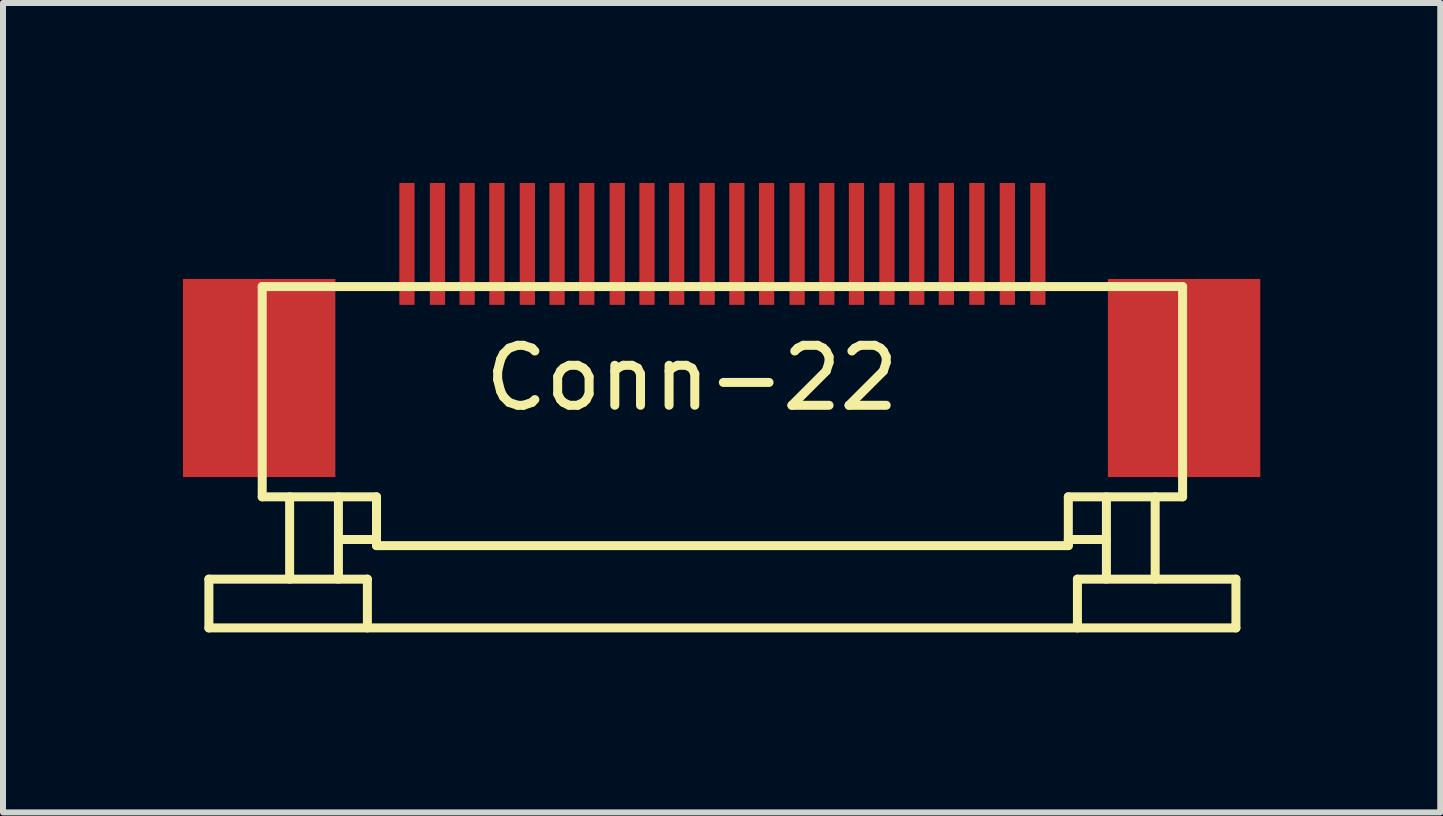
<source format=kicad_pcb>
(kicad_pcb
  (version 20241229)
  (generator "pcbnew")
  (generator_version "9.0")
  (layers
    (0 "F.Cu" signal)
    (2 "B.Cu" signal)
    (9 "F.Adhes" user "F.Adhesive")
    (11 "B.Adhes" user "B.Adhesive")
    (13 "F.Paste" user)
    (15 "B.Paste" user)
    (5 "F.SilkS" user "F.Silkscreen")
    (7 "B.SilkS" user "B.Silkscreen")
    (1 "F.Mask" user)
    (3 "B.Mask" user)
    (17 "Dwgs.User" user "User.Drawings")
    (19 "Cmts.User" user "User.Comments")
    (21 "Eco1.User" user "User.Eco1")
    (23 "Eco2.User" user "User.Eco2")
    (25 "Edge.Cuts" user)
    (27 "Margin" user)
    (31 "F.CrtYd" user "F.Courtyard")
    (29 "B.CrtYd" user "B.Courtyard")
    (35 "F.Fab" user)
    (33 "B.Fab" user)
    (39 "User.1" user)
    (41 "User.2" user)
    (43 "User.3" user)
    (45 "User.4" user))
  (footprint "Conn-22"
    (layer "F.Cu")
    (at 8.992 4.267)
    (property "Reference" "Conn-22" (at -0.508 -1.016 0) (layer "F.SilkS") (effects (font (size 1 1) (thickness 0.15))))
    (attr smd)
    (fp_line (start -8.56 2.337) (end -5.918 2.337) (stroke (width 0.15) (type solid)) (layer "F.SilkS"))
    (fp_line (start -8.56 3.15) (end -8.56 2.337) (stroke (width 0.15) (type solid)) (layer "F.SilkS"))
    (fp_line (start -8.56 3.15) (end 8.56 3.15) (stroke (width 0.15) (type solid)) (layer "F.SilkS"))
    (fp_line (start -7.671 -2.54) (end -7.671 0.965) (stroke (width 0.15) (type solid)) (layer "F.SilkS"))
    (fp_line (start -7.671 -2.54) (end 7.671 -2.54) (stroke (width 0.15) (type solid)) (layer "F.SilkS"))
    (fp_line (start -7.671 0.965) (end -5.766 0.965) (stroke (width 0.15) (type solid)) (layer "F.SilkS"))
    (fp_line (start -7.214 0.965) (end -7.214 2.337) (stroke (width 0.15) (type solid)) (layer "F.SilkS"))
    (fp_line (start -6.401 0.965) (end -6.401 2.337) (stroke (width 0.15) (type solid)) (layer "F.SilkS"))
    (fp_line (start -5.918 2.337) (end -5.918 3.15) (stroke (width 0.15) (type solid)) (layer "F.SilkS"))
    (fp_line (start -5.766 0.965) (end -5.766 1.778) (stroke (width 0.15) (type solid)) (layer "F.SilkS"))
    (fp_line (start -5.766 1.676) (end -6.401 1.676) (stroke (width 0.15) (type solid)) (layer "F.SilkS"))
    (fp_line (start -5.766 1.778) (end 5.766 1.778) (stroke (width 0.15) (type solid)) (layer "F.SilkS"))
    (fp_line (start 5.766 0.965) (end 7.671 0.965) (stroke (width 0.15) (type solid)) (layer "F.SilkS"))
    (fp_line (start 5.766 1.676) (end 6.401 1.676) (stroke (width 0.15) (type solid)) (layer "F.SilkS"))
    (fp_line (start 5.766 1.778) (end 5.766 0.965) (stroke (width 0.15) (type solid)) (layer "F.SilkS"))
    (fp_line (start 5.918 2.337) (end 5.918 3.15) (stroke (width 0.15) (type solid)) (layer "F.SilkS"))
    (fp_line (start 6.401 0.965) (end 6.401 2.337) (stroke (width 0.15) (type solid)) (layer "F.SilkS"))
    (fp_line (start 7.214 0.965) (end 7.214 2.337) (stroke (width 0.15) (type solid)) (layer "F.SilkS"))
    (fp_line (start 7.671 0.965) (end 7.671 -2.54) (stroke (width 0.15) (type solid)) (layer "F.SilkS"))
    (fp_line (start 8.56 2.337) (end 5.918 2.337) (stroke (width 0.15) (type solid)) (layer "F.SilkS"))
    (fp_line (start 8.56 3.15) (end 8.56 2.337) (stroke (width 0.15) (type solid)) (layer "F.SilkS"))
    (pad "" smd rect (at -7.722 -1.016) (size 2.54 3.302) (layers "F.Cu" "F.Mask" "F.Paste"))
    (pad "" smd rect (at 7.696 -1.016) (size 2.54 3.302) (layers "F.Cu" "F.Mask" "F.Paste"))
    (pad "1" smd rect (at -5.258 -3.251) (size 0.254 2.032) (layers "F.Cu" "F.Mask" "F.Paste"))
    (pad "2" smd rect (at -4.75 -3.251) (size 0.254 2.032) (layers "F.Cu" "F.Mask" "F.Paste"))
    (pad "3" smd rect (at -4.255 -3.251) (size 0.254 2.032) (layers "F.Cu" "F.Mask" "F.Paste"))
    (pad "4" smd rect (at -3.759 -3.251) (size 0.254 2.032) (layers "F.Cu" "F.Mask" "F.Paste"))
    (pad "5" smd rect (at -3.251 -3.251) (size 0.254 2.032) (layers "F.Cu" "F.Mask" "F.Paste"))
    (pad "6" smd rect (at -2.756 -3.251) (size 0.254 2.032) (layers "F.Cu" "F.Mask" "F.Paste"))
    (pad "7" smd rect (at -2.261 -3.251) (size 0.254 2.032) (layers "F.Cu" "F.Mask" "F.Paste"))
    (pad "8" smd rect (at -1.753 -3.251) (size 0.254 2.032) (layers "F.Cu" "F.Mask" "F.Paste"))
    (pad "9" smd rect (at -1.257 -3.251) (size 0.254 2.032) (layers "F.Cu" "F.Mask" "F.Paste"))
    (pad "10" smd rect (at -0.762 -3.251) (size 0.254 2.032) (layers "F.Cu" "F.Mask" "F.Paste"))
    (pad "11" smd rect (at -0.254 -3.251) (size 0.254 2.032) (layers "F.Cu" "F.Mask" "F.Paste"))
    (pad "12" smd rect (at 0.241 -3.251) (size 0.254 2.032) (layers "F.Cu" "F.Mask" "F.Paste"))
    (pad "13" smd rect (at 0.737 -3.251) (size 0.254 2.032) (layers "F.Cu" "F.Mask" "F.Paste"))
    (pad "14" smd rect (at 1.245 -3.251) (size 0.254 2.032) (layers "F.Cu" "F.Mask" "F.Paste"))
    (pad "15" smd rect (at 1.74 -3.251) (size 0.254 2.032) (layers "F.Cu" "F.Mask" "F.Paste"))
    (pad "16" smd rect (at 2.235 -3.251) (size 0.254 2.032) (layers "F.Cu" "F.Mask" "F.Paste"))
    (pad "17" smd rect (at 2.743 -3.251) (size 0.254 2.032) (layers "F.Cu" "F.Mask" "F.Paste"))
    (pad "18" smd rect (at 3.239 -3.251) (size 0.254 2.032) (layers "F.Cu" "F.Mask" "F.Paste"))
    (pad "19" smd rect (at 3.734 -3.251) (size 0.254 2.032) (layers "F.Cu" "F.Mask" "F.Paste"))
    (pad "20" smd rect (at 4.242 -3.251) (size 0.254 2.032) (layers "F.Cu" "F.Mask" "F.Paste"))
    (pad "21" smd rect (at 4.75 -3.251) (size 0.254 2.032) (layers "F.Cu" "F.Mask" "F.Paste"))
    (pad "22" smd rect (at 5.258 -3.251) (size 0.254 2.032) (layers "F.Cu" "F.Mask" "F.Paste")))
  (gr_rect
    (start -3 -3)
    (end 20.958 10.492)
    (stroke (width 0.1) (type default))
    (fill no)
    (layer "Edge.Cuts")))
</source>
